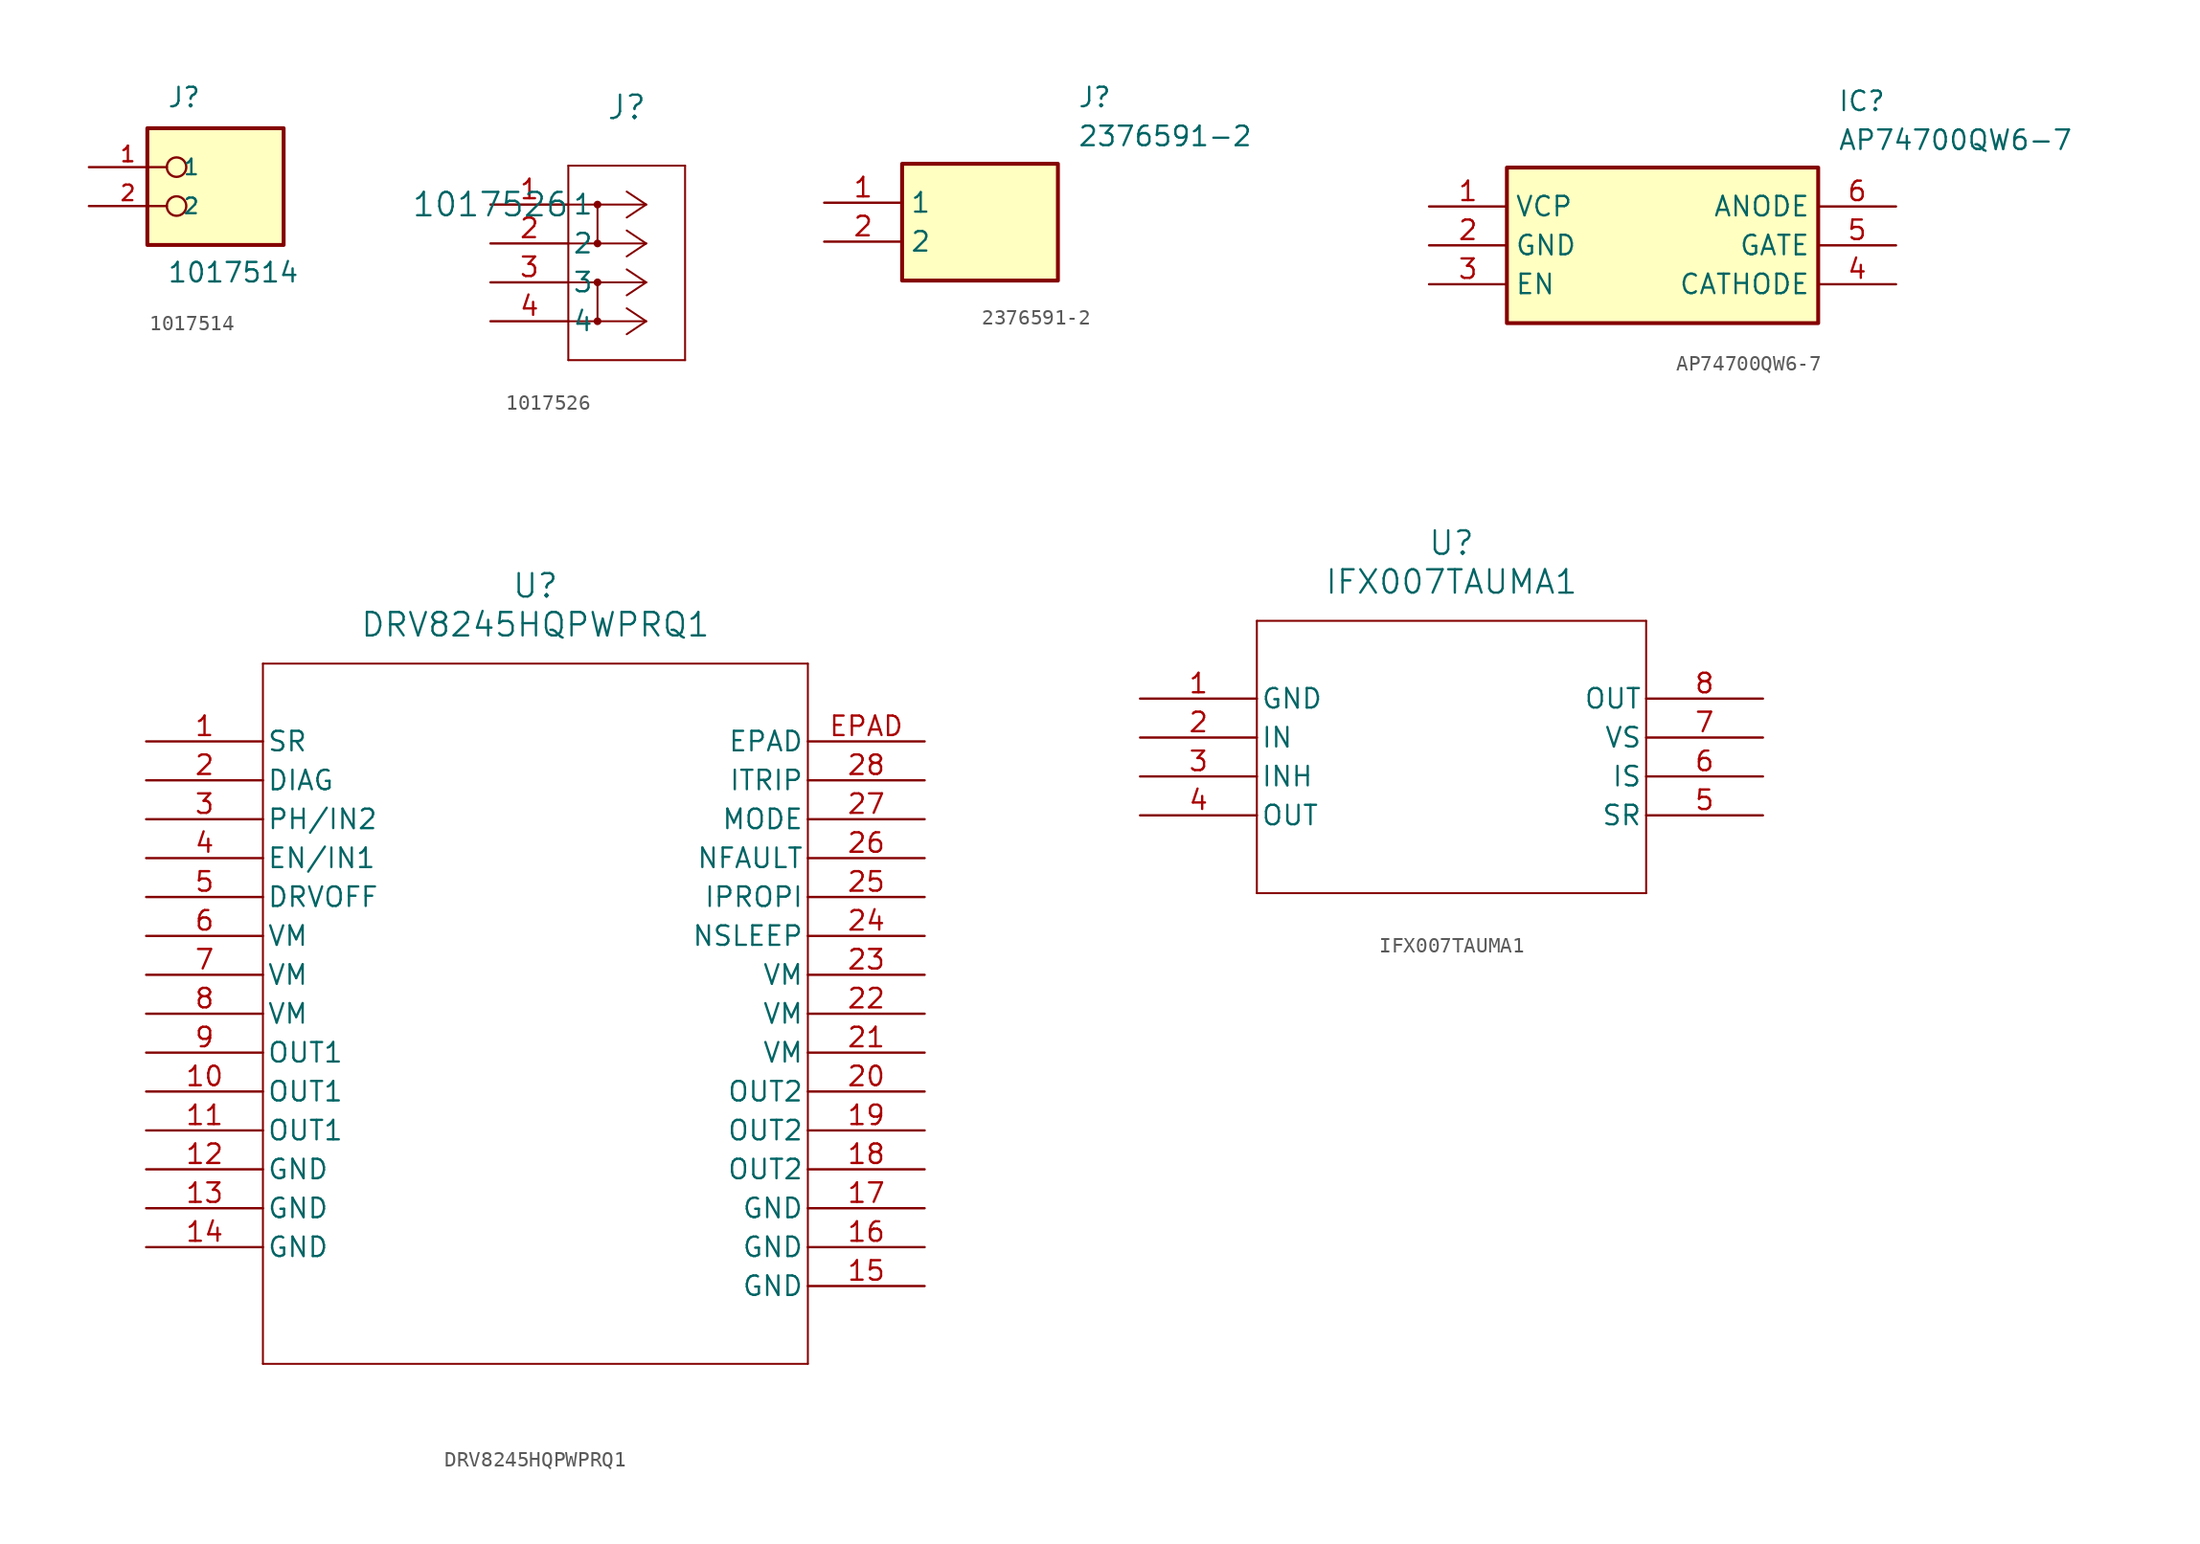
<source format=kicad_sym>
(kicad_symbol_lib
  (version 20241209)
  (generator "kicad_symbol_editor")
  (generator_version "9.0")
  (symbol "1017514"
    (pin_names
      (offset 1.016))
    (property "Reference" "J"
      (at -2.54 3.81 0)
      (effects (font (size 1.27 1.27)) (justify left bottom)))
    (property "Value" "1017514"
      (at -2.54 -7.62 0)
      (effects (font (size 1.27 1.27)) (justify left bottom)))
    (symbol "1017514_0_0"
      (rectangle (start -3.81 -5.08) (end 5.08 2.54) (stroke (width 0.254) (type default)) (fill (type background)))
      (circle (center -1.905 0) (radius 0.635) (stroke (width 0.152) (type default)) (fill (type none)))
      (circle (center -1.905 -2.54) (radius 0.635) (stroke (width 0.152) (type default)) (fill (type none)))
      (pin passive line (at -7.62 0 0) (length 5.08) (name "1" (effects (font (size 1.016 1.016)))) (number "1" (effects (font (size 1.016 1.016)))))
      (pin passive line (at -7.62 -2.54 0) (length 5.08) (name "2" (effects (font (size 1.016 1.016)))) (number "2" (effects (font (size 1.016 1.016)))))))
  (symbol "1017526"
    (pin_names
      (offset 0.254))
    (property "Reference" "J"
      (at 8.89 6.35 0)
      (effects (font (size 1.524 1.524))))
    (property "Value" "1017526"
      (at 0 0 0)
      (effects (font (size 1.524 1.524))))
    (symbol "1017526_0_1"
      (polyline (pts (xy 5.08 2.54) (xy 5.08 -10.16)) (stroke (width 0.127) (type default)) (fill (type none)))
      (polyline (pts (xy 5.08 -10.16) (xy 12.7 -10.16)) (stroke (width 0.127) (type default)) (fill (type none)))
      (polyline (pts (xy 6.985 0) (xy 6.985 -2.54)) (stroke (width 0.127) (type default)) (fill (type none)))
      (circle (center 6.985 0) (radius 0.127) (stroke (width 0.254) (type default)) (fill (type none)))
      (circle (center 6.985 -2.54) (radius 0.127) (stroke (width 0.254) (type default)) (fill (type none)))
      (polyline (pts (xy 6.985 -5.08) (xy 6.985 -7.62)) (stroke (width 0.127) (type default)) (fill (type none)))
      (circle (center 6.985 -5.08) (radius 0.127) (stroke (width 0.254) (type default)) (fill (type none)))
      (circle (center 6.985 -7.62) (radius 0.127) (stroke (width 0.254) (type default)) (fill (type none)))
      (polyline (pts (xy 10.16 0) (xy 5.08 0)) (stroke (width 0.127) (type default)) (fill (type none)))
      (polyline (pts (xy 10.16 0) (xy 8.89 0.847)) (stroke (width 0.127) (type default)) (fill (type none)))
      (polyline (pts (xy 10.16 0) (xy 8.89 -0.847)) (stroke (width 0.127) (type default)) (fill (type none)))
      (polyline (pts (xy 10.16 -2.54) (xy 5.08 -2.54)) (stroke (width 0.127) (type default)) (fill (type none)))
      (polyline (pts (xy 10.16 -2.54) (xy 8.89 -1.693)) (stroke (width 0.127) (type default)) (fill (type none)))
      (polyline (pts (xy 10.16 -2.54) (xy 8.89 -3.387)) (stroke (width 0.127) (type default)) (fill (type none)))
      (polyline (pts (xy 10.16 -5.08) (xy 5.08 -5.08)) (stroke (width 0.127) (type default)) (fill (type none)))
      (polyline (pts (xy 10.16 -5.08) (xy 8.89 -4.233)) (stroke (width 0.127) (type default)) (fill (type none)))
      (polyline (pts (xy 10.16 -5.08) (xy 8.89 -5.927)) (stroke (width 0.127) (type default)) (fill (type none)))
      (polyline (pts (xy 10.16 -7.62) (xy 5.08 -7.62)) (stroke (width 0.127) (type default)) (fill (type none)))
      (polyline (pts (xy 10.16 -7.62) (xy 8.89 -6.773)) (stroke (width 0.127) (type default)) (fill (type none)))
      (polyline (pts (xy 10.16 -7.62) (xy 8.89 -8.467)) (stroke (width 0.127) (type default)) (fill (type none)))
      (polyline (pts (xy 12.7 2.54) (xy 5.08 2.54)) (stroke (width 0.127) (type default)) (fill (type none)))
      (polyline (pts (xy 12.7 -10.16) (xy 12.7 2.54)) (stroke (width 0.127) (type default)) (fill (type none)))
      (pin unspecified line (at 0 0 0) (length 5.08) (name "1" (effects (font (size 1.27 1.27)))) (number "1" (effects (font (size 1.27 1.27)))))
      (pin unspecified line (at 0 -2.54 0) (length 5.08) (name "2" (effects (font (size 1.27 1.27)))) (number "2" (effects (font (size 1.27 1.27)))))
      (pin unspecified line (at 0 -5.08 0) (length 5.08) (name "3" (effects (font (size 1.27 1.27)))) (number "3" (effects (font (size 1.27 1.27)))))
      (pin unspecified line (at 0 -7.62 0) (length 5.08) (name "4" (effects (font (size 1.27 1.27)))) (number "4" (effects (font (size 1.27 1.27)))))))
  (symbol "2376591-2"
    (property "Reference" "J"
      (at 16.51 7.62 0)
      (effects (font (size 1.27 1.27)) (justify left top)))
    (property "Value" "2376591-2"
      (at 16.51 5.08 0)
      (effects (font (size 1.27 1.27)) (justify left top)))
    (symbol "2376591-2_1_1"
      (rectangle (start 5.08 2.54) (end 15.24 -5.08) (stroke (width 0.254) (type default)) (fill (type background)))
      (pin passive line (at 0 0 0) (length 5.08) (name "1" (effects (font (size 1.27 1.27)))) (number "1" (effects (font (size 1.27 1.27)))))
      (pin passive line (at 0 -2.54 0) (length 5.08) (name "2" (effects (font (size 1.27 1.27)))) (number "2" (effects (font (size 1.27 1.27)))))))
  (symbol "AP74700QW6-7"
    (property "Reference" "IC"
      (at 26.67 7.62 0)
      (effects (font (size 1.27 1.27)) (justify left top)))
    (property "Value" "AP74700QW6-7"
      (at 26.67 5.08 0)
      (effects (font (size 1.27 1.27)) (justify left top)))
    (symbol "AP74700QW6-7_1_1"
      (rectangle (start 5.08 2.54) (end 25.4 -7.62) (stroke (width 0.254) (type default)) (fill (type background)))
      (pin passive line (at 0 0 0) (length 5.08) (name "VCP" (effects (font (size 1.27 1.27)))) (number "1" (effects (font (size 1.27 1.27)))))
      (pin passive line (at 0 -2.54 0) (length 5.08) (name "GND" (effects (font (size 1.27 1.27)))) (number "2" (effects (font (size 1.27 1.27)))))
      (pin passive line (at 0 -5.08 0) (length 5.08) (name "EN" (effects (font (size 1.27 1.27)))) (number "3" (effects (font (size 1.27 1.27)))))
      (pin passive line (at 30.48 0 180) (length 5.08) (name "ANODE" (effects (font (size 1.27 1.27)))) (number "6" (effects (font (size 1.27 1.27)))))
      (pin passive line (at 30.48 -2.54 180) (length 5.08) (name "GATE" (effects (font (size 1.27 1.27)))) (number "5" (effects (font (size 1.27 1.27)))))
      (pin passive line (at 30.48 -5.08 180) (length 5.08) (name "CATHODE" (effects (font (size 1.27 1.27)))) (number "4" (effects (font (size 1.27 1.27)))))))
  (symbol "DRV8245HQPWPRQ1"
    (pin_names
      (offset 0.254))
    (property "Reference" "U"
      (at 25.4 10.16 0)
      (effects (font (size 1.524 1.524))))
    (property "Value" "DRV8245HQPWPRQ1"
      (at 25.4 7.62 0)
      (effects (font (size 1.524 1.524))))
    (symbol "DRV8245HQPWPRQ1_0_1"
      (polyline (pts (xy 7.62 5.08) (xy 7.62 -40.64)) (stroke (width 0.127) (type default)) (fill (type none)))
      (polyline (pts (xy 7.62 -40.64) (xy 43.18 -40.64)) (stroke (width 0.127) (type default)) (fill (type none)))
      (polyline (pts (xy 43.18 5.08) (xy 7.62 5.08)) (stroke (width 0.127) (type default)) (fill (type none)))
      (polyline (pts (xy 43.18 -40.64) (xy 43.18 5.08)) (stroke (width 0.127) (type default)) (fill (type none)))
      (pin input line (at 0 0 0) (length 7.62) (name "SR" (effects (font (size 1.27 1.27)))) (number "1" (effects (font (size 1.27 1.27)))))
      (pin input line (at 0 -2.54 0) (length 7.62) (name "DIAG" (effects (font (size 1.27 1.27)))) (number "2" (effects (font (size 1.27 1.27)))))
      (pin input line (at 0 -5.08 0) (length 7.62) (name "PH/IN2" (effects (font (size 1.27 1.27)))) (number "3" (effects (font (size 1.27 1.27)))))
      (pin input line (at 0 -7.62 0) (length 7.62) (name "EN/IN1" (effects (font (size 1.27 1.27)))) (number "4" (effects (font (size 1.27 1.27)))))
      (pin input line (at 0 -10.16 0) (length 7.62) (name "DRVOFF" (effects (font (size 1.27 1.27)))) (number "5" (effects (font (size 1.27 1.27)))))
      (pin power_in line (at 0 -12.7 0) (length 7.62) (name "VM" (effects (font (size 1.27 1.27)))) (number "6" (effects (font (size 1.27 1.27)))))
      (pin power_in line (at 0 -15.24 0) (length 7.62) (name "VM" (effects (font (size 1.27 1.27)))) (number "7" (effects (font (size 1.27 1.27)))))
      (pin power_in line (at 0 -17.78 0) (length 7.62) (name "VM" (effects (font (size 1.27 1.27)))) (number "8" (effects (font (size 1.27 1.27)))))
      (pin power_in line (at 0 -20.32 0) (length 7.62) (name "OUT1" (effects (font (size 1.27 1.27)))) (number "9" (effects (font (size 1.27 1.27)))))
      (pin power_in line (at 0 -22.86 0) (length 7.62) (name "OUT1" (effects (font (size 1.27 1.27)))) (number "10" (effects (font (size 1.27 1.27)))))
      (pin power_in line (at 0 -25.4 0) (length 7.62) (name "OUT1" (effects (font (size 1.27 1.27)))) (number "11" (effects (font (size 1.27 1.27)))))
      (pin power_out line (at 0 -27.94 0) (length 7.62) (name "GND" (effects (font (size 1.27 1.27)))) (number "12" (effects (font (size 1.27 1.27)))))
      (pin power_out line (at 0 -30.48 0) (length 7.62) (name "GND" (effects (font (size 1.27 1.27)))) (number "13" (effects (font (size 1.27 1.27)))))
      (pin power_out line (at 0 -33.02 0) (length 7.62) (name "GND" (effects (font (size 1.27 1.27)))) (number "14" (effects (font (size 1.27 1.27)))))
      (pin unspecified line (at 50.8 0 180) (length 7.62) (name "EPAD" (effects (font (size 1.27 1.27)))) (number "EPAD" (effects (font (size 1.27 1.27)))))
      (pin input line (at 50.8 -2.54 180) (length 7.62) (name "ITRIP" (effects (font (size 1.27 1.27)))) (number "28" (effects (font (size 1.27 1.27)))))
      (pin input line (at 50.8 -5.08 180) (length 7.62) (name "MODE" (effects (font (size 1.27 1.27)))) (number "27" (effects (font (size 1.27 1.27)))))
      (pin output line (at 50.8 -7.62 180) (length 7.62) (name "NFAULT" (effects (font (size 1.27 1.27)))) (number "26" (effects (font (size 1.27 1.27)))))
      (pin bidirectional line (at 50.8 -10.16 180) (length 7.62) (name "IPROPI" (effects (font (size 1.27 1.27)))) (number "25" (effects (font (size 1.27 1.27)))))
      (pin input line (at 50.8 -12.7 180) (length 7.62) (name "NSLEEP" (effects (font (size 1.27 1.27)))) (number "24" (effects (font (size 1.27 1.27)))))
      (pin power_in line (at 50.8 -15.24 180) (length 7.62) (name "VM" (effects (font (size 1.27 1.27)))) (number "23" (effects (font (size 1.27 1.27)))))
      (pin power_in line (at 50.8 -17.78 180) (length 7.62) (name "VM" (effects (font (size 1.27 1.27)))) (number "22" (effects (font (size 1.27 1.27)))))
      (pin power_in line (at 50.8 -20.32 180) (length 7.62) (name "VM" (effects (font (size 1.27 1.27)))) (number "21" (effects (font (size 1.27 1.27)))))
      (pin power_in line (at 50.8 -22.86 180) (length 7.62) (name "OUT2" (effects (font (size 1.27 1.27)))) (number "20" (effects (font (size 1.27 1.27)))))
      (pin power_in line (at 50.8 -25.4 180) (length 7.62) (name "OUT2" (effects (font (size 1.27 1.27)))) (number "19" (effects (font (size 1.27 1.27)))))
      (pin power_in line (at 50.8 -27.94 180) (length 7.62) (name "OUT2" (effects (font (size 1.27 1.27)))) (number "18" (effects (font (size 1.27 1.27)))))
      (pin power_out line (at 50.8 -30.48 180) (length 7.62) (name "GND" (effects (font (size 1.27 1.27)))) (number "17" (effects (font (size 1.27 1.27)))))
      (pin power_out line (at 50.8 -33.02 180) (length 7.62) (name "GND" (effects (font (size 1.27 1.27)))) (number "16" (effects (font (size 1.27 1.27)))))
      (pin power_out line (at 50.8 -35.56 180) (length 7.62) (name "GND" (effects (font (size 1.27 1.27)))) (number "15" (effects (font (size 1.27 1.27)))))))
  (symbol "IFX007TAUMA1"
    (pin_names
      (offset 0.254))
    (property "Reference" "U"
      (at 20.32 10.16 0)
      (effects (font (size 1.524 1.524))))
    (property "Value" "IFX007TAUMA1"
      (at 20.32 7.62 0)
      (effects (font (size 1.524 1.524))))
    (symbol "IFX007TAUMA1_0_1"
      (polyline (pts (xy 7.62 5.08) (xy 7.62 -12.7)) (stroke (width 0.127) (type default)) (fill (type none)))
      (polyline (pts (xy 7.62 -12.7) (xy 33.02 -12.7)) (stroke (width 0.127) (type default)) (fill (type none)))
      (polyline (pts (xy 33.02 5.08) (xy 7.62 5.08)) (stroke (width 0.127) (type default)) (fill (type none)))
      (polyline (pts (xy 33.02 -12.7) (xy 33.02 5.08)) (stroke (width 0.127) (type default)) (fill (type none)))
      (pin power_in line (at 0 0 0) (length 7.62) (name "GND" (effects (font (size 1.27 1.27)))) (number "1" (effects (font (size 1.27 1.27)))))
      (pin input line (at 0 -2.54 0) (length 7.62) (name "IN" (effects (font (size 1.27 1.27)))) (number "2" (effects (font (size 1.27 1.27)))))
      (pin input line (at 0 -5.08 0) (length 7.62) (name "INH" (effects (font (size 1.27 1.27)))) (number "3" (effects (font (size 1.27 1.27)))))
      (pin output line (at 0 -7.62 0) (length 7.62) (name "OUT" (effects (font (size 1.27 1.27)))) (number "4" (effects (font (size 1.27 1.27)))))
      (pin output line (at 40.64 0 180) (length 7.62) (name "OUT" (effects (font (size 1.27 1.27)))) (number "8" (effects (font (size 1.27 1.27)))))
      (pin power_in line (at 40.64 -2.54 180) (length 7.62) (name "VS" (effects (font (size 1.27 1.27)))) (number "7" (effects (font (size 1.27 1.27)))))
      (pin output line (at 40.64 -5.08 180) (length 7.62) (name "IS" (effects (font (size 1.27 1.27)))) (number "6" (effects (font (size 1.27 1.27)))))
      (pin input line (at 40.64 -7.62 180) (length 7.62) (name "SR" (effects (font (size 1.27 1.27)))) (number "5" (effects (font (size 1.27 1.27))))))))
</source>
